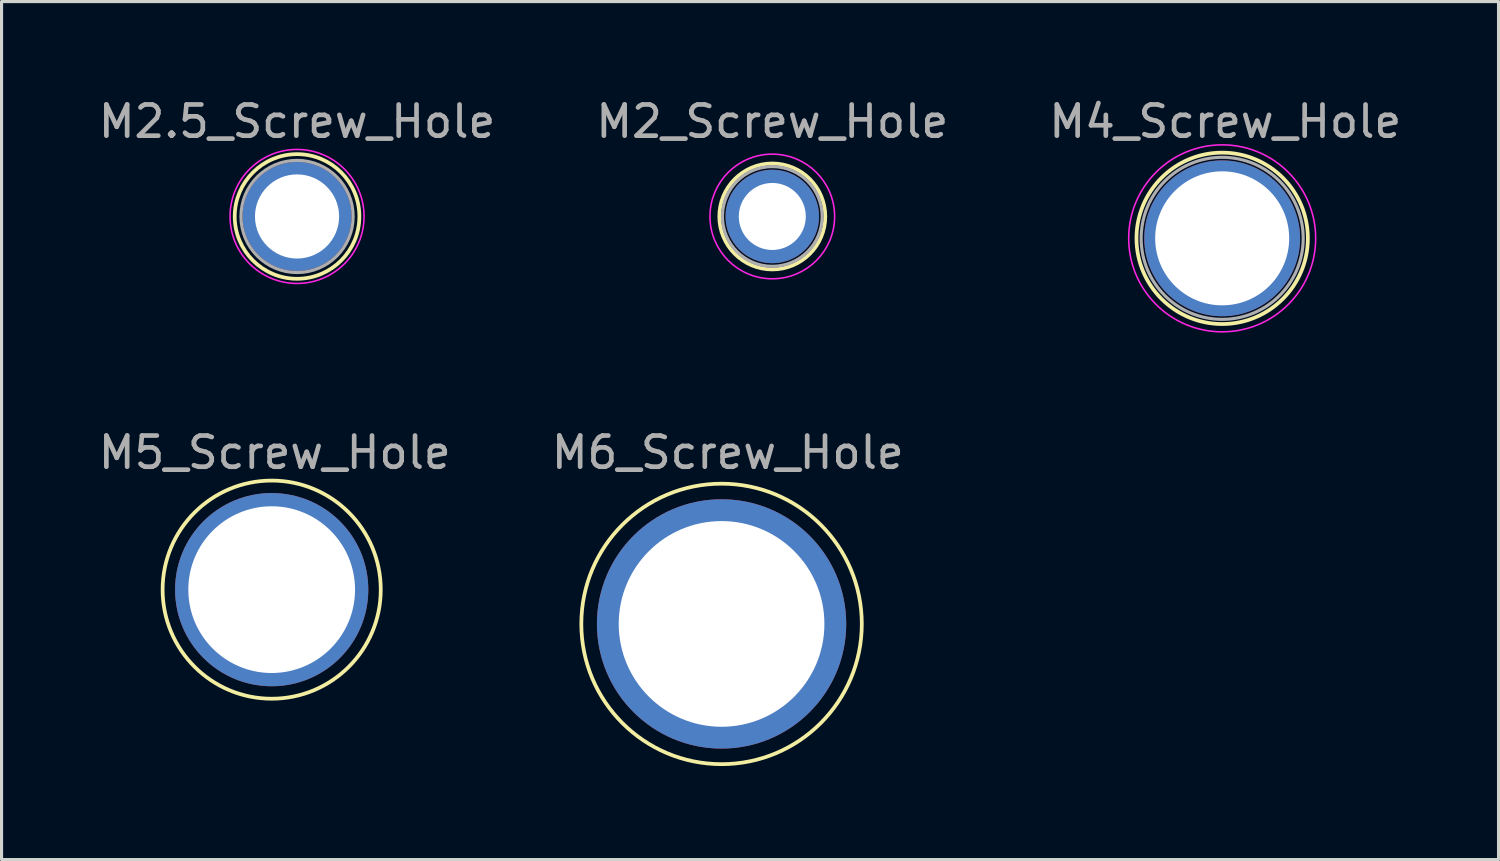
<source format=kicad_pcb>
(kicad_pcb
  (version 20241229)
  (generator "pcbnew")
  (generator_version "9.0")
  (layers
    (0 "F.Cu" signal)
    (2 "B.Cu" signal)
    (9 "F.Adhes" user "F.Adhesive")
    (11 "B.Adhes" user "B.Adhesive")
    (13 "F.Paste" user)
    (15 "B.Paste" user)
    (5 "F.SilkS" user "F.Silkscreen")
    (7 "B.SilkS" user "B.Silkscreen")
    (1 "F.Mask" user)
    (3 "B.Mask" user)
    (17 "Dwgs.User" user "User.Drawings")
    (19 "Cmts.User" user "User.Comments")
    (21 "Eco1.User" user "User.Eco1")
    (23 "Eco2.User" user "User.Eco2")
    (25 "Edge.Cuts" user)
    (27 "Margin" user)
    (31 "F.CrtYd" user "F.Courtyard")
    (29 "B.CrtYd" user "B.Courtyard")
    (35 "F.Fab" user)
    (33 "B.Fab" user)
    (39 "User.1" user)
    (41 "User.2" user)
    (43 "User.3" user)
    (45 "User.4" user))
  (footprint "M6_Screw_Hole"
    (layer "F.Cu")
    (at 20.104 16.971)
    (property "Reference" "M6_Screw_Hole" (at 0.2 -5.5 0) (layer "F.Fab") (effects (font (size 1 1) (thickness 0.15))))
    (attr through_hole)
    (fp_circle (center 0 0) (end 4.5 0) (stroke (width 0.12) (type solid)) (fill no) (layer "F.SilkS"))
    (fp_circle (center 0 0) (end 2.6 0) (stroke (width 0.05) (type solid)) (fill no) (layer "F.CrtYd"))
    (fp_circle (center 0 0) (end 2 0.8) (stroke (width 0.1) (type solid)) (fill no) (layer "F.Fab"))
    (pad "1" thru_hole circle (at 0 0) (size 8 8) (drill 6.6) (layers "*.Cu" "*.Mask")))
  (footprint "M2.5_Screw_Hole"
    (layer "F.Cu")
    (at 6.482 3.896)
    (property "Reference" "M2.5_Screw_Hole" (at 0 -3.048 0) (layer "F.Fab") (effects (font (size 1 1) (thickness 0.15))))
    (attr through_hole)
    (fp_circle (center 0 0) (end 2 0) (stroke (width 0.12) (type solid)) (fill no) (layer "F.SilkS"))
    (fp_circle (center 0 0) (end 2.15 0) (stroke (width 0.05) (type solid)) (fill no) (layer "F.CrtYd"))
    (fp_circle (center 0 0) (end 1.8 0) (stroke (width 0.1) (type solid)) (fill no) (layer "F.Fab"))
    (pad "1" thru_hole circle (at 0 0) (size 3.5 3.5) (drill 2.7) (layers "*.Cu" "*.Mask")))
  (footprint "M5_Screw_Hole"
    (layer "F.Cu")
    (at 5.668 15.871)
    (property "Reference" "M5_Screw_Hole" (at 0.1 -4.4 0) (layer "F.Fab") (effects (font (size 1 1) (thickness 0.15))))
    (attr through_hole)
    (fp_circle (center 0 0) (end 3.5 0) (stroke (width 0.12) (type solid)) (fill no) (layer "F.SilkS"))
    (fp_circle (center 0 0) (end 2.6 0) (stroke (width 0.05) (type solid)) (fill no) (layer "F.CrtYd"))
    (fp_circle (center 0 0) (end 2 0.8) (stroke (width 0.1) (type solid)) (fill no) (layer "F.Fab"))
    (pad "1" thru_hole circle (at 0 0) (size 6.2 6.2) (drill 5.35) (layers "*.Cu" "*.Mask")))
  (footprint "M4_Screw_Hole"
    (layer "F.Cu")
    (at 36.168 4.598)
    (property "Reference" "M4_Screw_Hole" (at 0.1 -3.75 0) (layer "F.Fab") (effects (font (size 1 1) (thickness 0.15))))
    (attr through_hole)
    (fp_circle (center 0 0) (end 2.75 0) (stroke (width 0.12) (type solid)) (fill no) (layer "F.SilkS"))
    (fp_circle (center 0 0) (end 3 0) (stroke (width 0.05) (type solid)) (fill no) (layer "F.CrtYd"))
    (fp_circle (center 0 0) (end 2.6 0) (stroke (width 0.1) (type solid)) (fill no) (layer "F.Fab"))
    (pad "1" thru_hole circle (at 0 0) (size 5 5) (drill 4.3) (layers "*.Cu" "*.Mask")))
  (footprint "M2_Screw_Hole"
    (layer "F.Cu")
    (at 21.732 3.896)
    (property "Reference" "M2_Screw_Hole" (at 0 -3.048 0) (layer "F.Fab") (effects (font (size 1 1) (thickness 0.15))))
    (attr through_hole)
    (fp_circle (center 0 0) (end 1.7 0) (stroke (width 0.12) (type solid)) (fill no) (layer "F.SilkS"))
    (fp_circle (center 0 0) (end 2 0) (stroke (width 0.05) (type solid)) (fill no) (layer "F.CrtYd"))
    (fp_circle (center 0 0) (end 1.6 0) (stroke (width 0.1) (type solid)) (fill no) (layer "F.Fab"))
    (pad "1" thru_hole circle (at 0 0) (size 3 3) (drill 2.15) (layers "*.Cu" "*.Mask")))
  (gr_rect
    (start -3 -3)
    (end 45.036 24.532)
    (stroke (width 0.1) (type default))
    (fill no)
    (layer "Edge.Cuts")))
</source>
